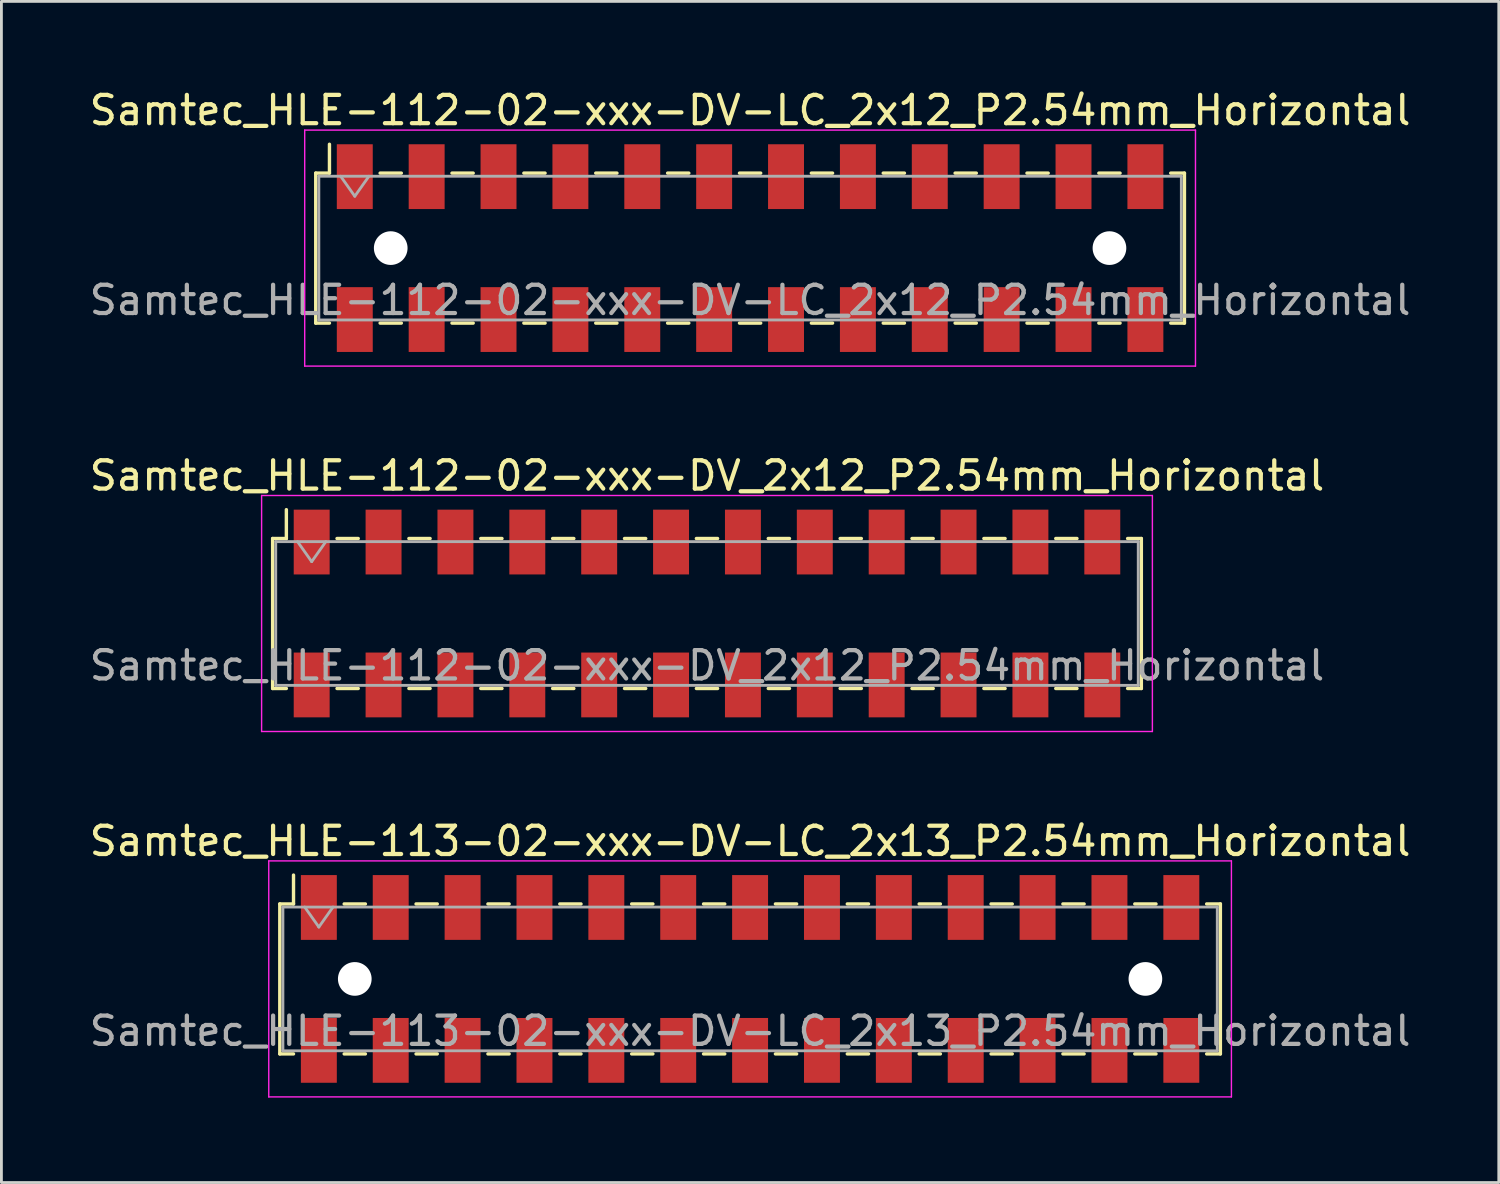
<source format=kicad_pcb>
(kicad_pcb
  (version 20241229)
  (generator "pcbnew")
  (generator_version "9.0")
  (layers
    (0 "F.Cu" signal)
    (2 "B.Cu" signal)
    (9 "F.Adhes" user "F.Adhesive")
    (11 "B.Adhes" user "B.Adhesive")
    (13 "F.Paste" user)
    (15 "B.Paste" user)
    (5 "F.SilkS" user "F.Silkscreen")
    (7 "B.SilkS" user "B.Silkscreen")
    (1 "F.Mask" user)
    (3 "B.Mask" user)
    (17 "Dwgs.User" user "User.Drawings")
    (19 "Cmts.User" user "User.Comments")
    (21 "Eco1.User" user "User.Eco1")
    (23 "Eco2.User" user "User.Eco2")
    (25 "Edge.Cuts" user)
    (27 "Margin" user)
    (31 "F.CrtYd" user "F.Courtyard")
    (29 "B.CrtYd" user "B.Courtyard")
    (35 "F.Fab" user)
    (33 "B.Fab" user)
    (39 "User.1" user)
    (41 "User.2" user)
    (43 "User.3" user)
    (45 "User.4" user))
  (footprint "Samtec_HLE-112-02-xxx-DV_2x12_P2.54mm_Horizontal"
    (layer "F.Cu")
    (at 21.935 18.631)
    (property "Reference" "Samtec_HLE-112-02-xxx-DV_2x12_P2.54mm_Horizontal" (at 0 -4.87 0) (layer "F.SilkS") (effects (font (size 1 1) (thickness 0.15))))
    (attr smd)
    (fp_line (start -15.35 -2.65) (end -15.35 2.65) (stroke (width 0.12) (type solid)) (layer "F.SilkS"))
    (fp_line (start -15.35 2.65) (end -14.865 2.65) (stroke (width 0.12) (type solid)) (layer "F.SilkS"))
    (fp_line (start -14.865 -3.67) (end -14.865 -2.65) (stroke (width 0.12) (type solid)) (layer "F.SilkS"))
    (fp_line (start -14.865 -2.65) (end -15.35 -2.65) (stroke (width 0.12) (type solid)) (layer "F.SilkS"))
    (fp_line (start -13.075 -2.65) (end -12.325 -2.65) (stroke (width 0.12) (type solid)) (layer "F.SilkS"))
    (fp_line (start -13.075 2.65) (end -12.325 2.65) (stroke (width 0.12) (type solid)) (layer "F.SilkS"))
    (fp_line (start -10.535 -2.65) (end -9.785 -2.65) (stroke (width 0.12) (type solid)) (layer "F.SilkS"))
    (fp_line (start -10.535 2.65) (end -9.785 2.65) (stroke (width 0.12) (type solid)) (layer "F.SilkS"))
    (fp_line (start -7.995 -2.65) (end -7.245 -2.65) (stroke (width 0.12) (type solid)) (layer "F.SilkS"))
    (fp_line (start -7.995 2.65) (end -7.245 2.65) (stroke (width 0.12) (type solid)) (layer "F.SilkS"))
    (fp_line (start -5.455 -2.65) (end -4.705 -2.65) (stroke (width 0.12) (type solid)) (layer "F.SilkS"))
    (fp_line (start -5.455 2.65) (end -4.705 2.65) (stroke (width 0.12) (type solid)) (layer "F.SilkS"))
    (fp_line (start -2.915 -2.65) (end -2.165 -2.65) (stroke (width 0.12) (type solid)) (layer "F.SilkS"))
    (fp_line (start -2.915 2.65) (end -2.165 2.65) (stroke (width 0.12) (type solid)) (layer "F.SilkS"))
    (fp_line (start -0.375 -2.65) (end 0.375 -2.65) (stroke (width 0.12) (type solid)) (layer "F.SilkS"))
    (fp_line (start -0.375 2.65) (end 0.375 2.65) (stroke (width 0.12) (type solid)) (layer "F.SilkS"))
    (fp_line (start 2.165 -2.65) (end 2.915 -2.65) (stroke (width 0.12) (type solid)) (layer "F.SilkS"))
    (fp_line (start 2.165 2.65) (end 2.915 2.65) (stroke (width 0.12) (type solid)) (layer "F.SilkS"))
    (fp_line (start 4.705 -2.65) (end 5.455 -2.65) (stroke (width 0.12) (type solid)) (layer "F.SilkS"))
    (fp_line (start 4.705 2.65) (end 5.455 2.65) (stroke (width 0.12) (type solid)) (layer "F.SilkS"))
    (fp_line (start 7.245 -2.65) (end 7.995 -2.65) (stroke (width 0.12) (type solid)) (layer "F.SilkS"))
    (fp_line (start 7.245 2.65) (end 7.995 2.65) (stroke (width 0.12) (type solid)) (layer "F.SilkS"))
    (fp_line (start 9.785 -2.65) (end 10.535 -2.65) (stroke (width 0.12) (type solid)) (layer "F.SilkS"))
    (fp_line (start 9.785 2.65) (end 10.535 2.65) (stroke (width 0.12) (type solid)) (layer "F.SilkS"))
    (fp_line (start 12.325 -2.65) (end 13.075 -2.65) (stroke (width 0.12) (type solid)) (layer "F.SilkS"))
    (fp_line (start 12.325 2.65) (end 13.075 2.65) (stroke (width 0.12) (type solid)) (layer "F.SilkS"))
    (fp_line (start 14.865 -2.65) (end 15.35 -2.65) (stroke (width 0.12) (type solid)) (layer "F.SilkS"))
    (fp_line (start 15.35 -2.65) (end 15.35 2.65) (stroke (width 0.12) (type solid)) (layer "F.SilkS"))
    (fp_line (start 15.35 2.65) (end 14.865 2.65) (stroke (width 0.12) (type solid)) (layer "F.SilkS"))
    (fp_line (start -15.74 -4.17) (end 15.74 -4.17) (stroke (width 0.05) (type solid)) (layer "F.CrtYd"))
    (fp_line (start -15.74 4.17) (end -15.74 -4.17) (stroke (width 0.05) (type solid)) (layer "F.CrtYd"))
    (fp_line (start 15.74 -4.17) (end 15.74 4.17) (stroke (width 0.05) (type solid)) (layer "F.CrtYd"))
    (fp_line (start 15.74 4.17) (end -15.74 4.17) (stroke (width 0.05) (type solid)) (layer "F.CrtYd"))
    (fp_line (start -15.24 -2.54) (end 15.24 -2.54) (stroke (width 0.1) (type solid)) (layer "F.Fab"))
    (fp_line (start -15.24 2.54) (end -15.24 -2.54) (stroke (width 0.1) (type solid)) (layer "F.Fab"))
    (fp_line (start -14.47 -2.54) (end -13.97 -1.833) (stroke (width 0.1) (type solid)) (layer "F.Fab"))
    (fp_line (start -13.97 -1.833) (end -13.47 -2.54) (stroke (width 0.1) (type solid)) (layer "F.Fab"))
    (fp_line (start 15.24 -2.54) (end 15.24 2.54) (stroke (width 0.1) (type solid)) (layer "F.Fab"))
    (fp_line (start 15.24 2.54) (end -15.24 2.54) (stroke (width 0.1) (type solid)) (layer "F.Fab"))
    (fp_text user "${REFERENCE}" (at 0 1.84 0) (layer "F.Fab") (effects (font (size 1 1) (thickness 0.15))))
    (pad "1" smd rect (at -13.97 -2.525) (size 1.27 2.29) (layers "F.Cu" "F.Mask" "F.Paste"))
    (pad "2" smd rect (at -13.97 2.525) (size 1.27 2.29) (layers "F.Cu" "F.Mask" "F.Paste"))
    (pad "3" smd rect (at -11.43 -2.525) (size 1.27 2.29) (layers "F.Cu" "F.Mask" "F.Paste"))
    (pad "4" smd rect (at -11.43 2.525) (size 1.27 2.29) (layers "F.Cu" "F.Mask" "F.Paste"))
    (pad "5" smd rect (at -8.89 -2.525) (size 1.27 2.29) (layers "F.Cu" "F.Mask" "F.Paste"))
    (pad "6" smd rect (at -8.89 2.525) (size 1.27 2.29) (layers "F.Cu" "F.Mask" "F.Paste"))
    (pad "7" smd rect (at -6.35 -2.525) (size 1.27 2.29) (layers "F.Cu" "F.Mask" "F.Paste"))
    (pad "8" smd rect (at -6.35 2.525) (size 1.27 2.29) (layers "F.Cu" "F.Mask" "F.Paste"))
    (pad "9" smd rect (at -3.81 -2.525) (size 1.27 2.29) (layers "F.Cu" "F.Mask" "F.Paste"))
    (pad "10" smd rect (at -3.81 2.525) (size 1.27 2.29) (layers "F.Cu" "F.Mask" "F.Paste"))
    (pad "11" smd rect (at -1.27 -2.525) (size 1.27 2.29) (layers "F.Cu" "F.Mask" "F.Paste"))
    (pad "12" smd rect (at -1.27 2.525) (size 1.27 2.29) (layers "F.Cu" "F.Mask" "F.Paste"))
    (pad "13" smd rect (at 1.27 -2.525) (size 1.27 2.29) (layers "F.Cu" "F.Mask" "F.Paste"))
    (pad "14" smd rect (at 1.27 2.525) (size 1.27 2.29) (layers "F.Cu" "F.Mask" "F.Paste"))
    (pad "15" smd rect (at 3.81 -2.525) (size 1.27 2.29) (layers "F.Cu" "F.Mask" "F.Paste"))
    (pad "16" smd rect (at 3.81 2.525) (size 1.27 2.29) (layers "F.Cu" "F.Mask" "F.Paste"))
    (pad "17" smd rect (at 6.35 -2.525) (size 1.27 2.29) (layers "F.Cu" "F.Mask" "F.Paste"))
    (pad "18" smd rect (at 6.35 2.525) (size 1.27 2.29) (layers "F.Cu" "F.Mask" "F.Paste"))
    (pad "19" smd rect (at 8.89 -2.525) (size 1.27 2.29) (layers "F.Cu" "F.Mask" "F.Paste"))
    (pad "20" smd rect (at 8.89 2.525) (size 1.27 2.29) (layers "F.Cu" "F.Mask" "F.Paste"))
    (pad "21" smd rect (at 11.43 -2.525) (size 1.27 2.29) (layers "F.Cu" "F.Mask" "F.Paste"))
    (pad "22" smd rect (at 11.43 2.525) (size 1.27 2.29) (layers "F.Cu" "F.Mask" "F.Paste"))
    (pad "23" smd rect (at 13.97 -2.525) (size 1.27 2.29) (layers "F.Cu" "F.Mask" "F.Paste"))
    (pad "24" smd rect (at 13.97 2.525) (size 1.27 2.29) (layers "F.Cu" "F.Mask" "F.Paste")))
  (footprint "Samtec_HLE-112-02-xxx-DV-LC_2x12_P2.54mm_Horizontal"
    (layer "F.Cu")
    (at 23.458 5.718)
    (property "Reference" "Samtec_HLE-112-02-xxx-DV-LC_2x12_P2.54mm_Horizontal" (at 0 -4.87 0) (layer "F.SilkS") (effects (font (size 1 1) (thickness 0.15))))
    (attr smd)
    (fp_line (start -15.35 -2.65) (end -15.35 2.65) (stroke (width 0.12) (type solid)) (layer "F.SilkS"))
    (fp_line (start -15.35 2.65) (end -14.865 2.65) (stroke (width 0.12) (type solid)) (layer "F.SilkS"))
    (fp_line (start -14.865 -3.67) (end -14.865 -2.65) (stroke (width 0.12) (type solid)) (layer "F.SilkS"))
    (fp_line (start -14.865 -2.65) (end -15.35 -2.65) (stroke (width 0.12) (type solid)) (layer "F.SilkS"))
    (fp_line (start -13.075 -2.65) (end -12.325 -2.65) (stroke (width 0.12) (type solid)) (layer "F.SilkS"))
    (fp_line (start -13.075 2.65) (end -12.325 2.65) (stroke (width 0.12) (type solid)) (layer "F.SilkS"))
    (fp_line (start -10.535 -2.65) (end -9.785 -2.65) (stroke (width 0.12) (type solid)) (layer "F.SilkS"))
    (fp_line (start -10.535 2.65) (end -9.785 2.65) (stroke (width 0.12) (type solid)) (layer "F.SilkS"))
    (fp_line (start -7.995 -2.65) (end -7.245 -2.65) (stroke (width 0.12) (type solid)) (layer "F.SilkS"))
    (fp_line (start -7.995 2.65) (end -7.245 2.65) (stroke (width 0.12) (type solid)) (layer "F.SilkS"))
    (fp_line (start -5.455 -2.65) (end -4.705 -2.65) (stroke (width 0.12) (type solid)) (layer "F.SilkS"))
    (fp_line (start -5.455 2.65) (end -4.705 2.65) (stroke (width 0.12) (type solid)) (layer "F.SilkS"))
    (fp_line (start -2.915 -2.65) (end -2.165 -2.65) (stroke (width 0.12) (type solid)) (layer "F.SilkS"))
    (fp_line (start -2.915 2.65) (end -2.165 2.65) (stroke (width 0.12) (type solid)) (layer "F.SilkS"))
    (fp_line (start -0.375 -2.65) (end 0.375 -2.65) (stroke (width 0.12) (type solid)) (layer "F.SilkS"))
    (fp_line (start -0.375 2.65) (end 0.375 2.65) (stroke (width 0.12) (type solid)) (layer "F.SilkS"))
    (fp_line (start 2.165 -2.65) (end 2.915 -2.65) (stroke (width 0.12) (type solid)) (layer "F.SilkS"))
    (fp_line (start 2.165 2.65) (end 2.915 2.65) (stroke (width 0.12) (type solid)) (layer "F.SilkS"))
    (fp_line (start 4.705 -2.65) (end 5.455 -2.65) (stroke (width 0.12) (type solid)) (layer "F.SilkS"))
    (fp_line (start 4.705 2.65) (end 5.455 2.65) (stroke (width 0.12) (type solid)) (layer "F.SilkS"))
    (fp_line (start 7.245 -2.65) (end 7.995 -2.65) (stroke (width 0.12) (type solid)) (layer "F.SilkS"))
    (fp_line (start 7.245 2.65) (end 7.995 2.65) (stroke (width 0.12) (type solid)) (layer "F.SilkS"))
    (fp_line (start 9.785 -2.65) (end 10.535 -2.65) (stroke (width 0.12) (type solid)) (layer "F.SilkS"))
    (fp_line (start 9.785 2.65) (end 10.535 2.65) (stroke (width 0.12) (type solid)) (layer "F.SilkS"))
    (fp_line (start 12.325 -2.65) (end 13.075 -2.65) (stroke (width 0.12) (type solid)) (layer "F.SilkS"))
    (fp_line (start 12.325 2.65) (end 13.075 2.65) (stroke (width 0.12) (type solid)) (layer "F.SilkS"))
    (fp_line (start 14.865 -2.65) (end 15.35 -2.65) (stroke (width 0.12) (type solid)) (layer "F.SilkS"))
    (fp_line (start 15.35 -2.65) (end 15.35 2.65) (stroke (width 0.12) (type solid)) (layer "F.SilkS"))
    (fp_line (start 15.35 2.65) (end 14.865 2.65) (stroke (width 0.12) (type solid)) (layer "F.SilkS"))
    (fp_line (start -15.74 -4.17) (end 15.74 -4.17) (stroke (width 0.05) (type solid)) (layer "F.CrtYd"))
    (fp_line (start -15.74 4.17) (end -15.74 -4.17) (stroke (width 0.05) (type solid)) (layer "F.CrtYd"))
    (fp_line (start 15.74 -4.17) (end 15.74 4.17) (stroke (width 0.05) (type solid)) (layer "F.CrtYd"))
    (fp_line (start 15.74 4.17) (end -15.74 4.17) (stroke (width 0.05) (type solid)) (layer "F.CrtYd"))
    (fp_line (start -15.24 -2.54) (end 15.24 -2.54) (stroke (width 0.1) (type solid)) (layer "F.Fab"))
    (fp_line (start -15.24 2.54) (end -15.24 -2.54) (stroke (width 0.1) (type solid)) (layer "F.Fab"))
    (fp_line (start -14.47 -2.54) (end -13.97 -1.833) (stroke (width 0.1) (type solid)) (layer "F.Fab"))
    (fp_line (start -13.97 -1.833) (end -13.47 -2.54) (stroke (width 0.1) (type solid)) (layer "F.Fab"))
    (fp_line (start 15.24 -2.54) (end 15.24 2.54) (stroke (width 0.1) (type solid)) (layer "F.Fab"))
    (fp_line (start 15.24 2.54) (end -15.24 2.54) (stroke (width 0.1) (type solid)) (layer "F.Fab"))
    (fp_text user "${REFERENCE}" (at 0 1.84 0) (layer "F.Fab") (effects (font (size 1 1) (thickness 0.15))))
    (pad "" np_thru_hole circle (at -12.7 0) (size 1.19 1.19) (drill 1.19) (layers "*.Cu" "*.Mask"))
    (pad "" np_thru_hole circle (at 12.7 0) (size 1.19 1.19) (drill 1.19) (layers "*.Cu" "*.Mask"))
    (pad "1" smd rect (at -13.97 -2.525) (size 1.27 2.29) (layers "F.Cu" "F.Mask" "F.Paste"))
    (pad "2" smd rect (at -13.97 2.525) (size 1.27 2.29) (layers "F.Cu" "F.Mask" "F.Paste"))
    (pad "3" smd rect (at -11.43 -2.525) (size 1.27 2.29) (layers "F.Cu" "F.Mask" "F.Paste"))
    (pad "4" smd rect (at -11.43 2.525) (size 1.27 2.29) (layers "F.Cu" "F.Mask" "F.Paste"))
    (pad "5" smd rect (at -8.89 -2.525) (size 1.27 2.29) (layers "F.Cu" "F.Mask" "F.Paste"))
    (pad "6" smd rect (at -8.89 2.525) (size 1.27 2.29) (layers "F.Cu" "F.Mask" "F.Paste"))
    (pad "7" smd rect (at -6.35 -2.525) (size 1.27 2.29) (layers "F.Cu" "F.Mask" "F.Paste"))
    (pad "8" smd rect (at -6.35 2.525) (size 1.27 2.29) (layers "F.Cu" "F.Mask" "F.Paste"))
    (pad "9" smd rect (at -3.81 -2.525) (size 1.27 2.29) (layers "F.Cu" "F.Mask" "F.Paste"))
    (pad "10" smd rect (at -3.81 2.525) (size 1.27 2.29) (layers "F.Cu" "F.Mask" "F.Paste"))
    (pad "11" smd rect (at -1.27 -2.525) (size 1.27 2.29) (layers "F.Cu" "F.Mask" "F.Paste"))
    (pad "12" smd rect (at -1.27 2.525) (size 1.27 2.29) (layers "F.Cu" "F.Mask" "F.Paste"))
    (pad "13" smd rect (at 1.27 -2.525) (size 1.27 2.29) (layers "F.Cu" "F.Mask" "F.Paste"))
    (pad "14" smd rect (at 1.27 2.525) (size 1.27 2.29) (layers "F.Cu" "F.Mask" "F.Paste"))
    (pad "15" smd rect (at 3.81 -2.525) (size 1.27 2.29) (layers "F.Cu" "F.Mask" "F.Paste"))
    (pad "16" smd rect (at 3.81 2.525) (size 1.27 2.29) (layers "F.Cu" "F.Mask" "F.Paste"))
    (pad "17" smd rect (at 6.35 -2.525) (size 1.27 2.29) (layers "F.Cu" "F.Mask" "F.Paste"))
    (pad "18" smd rect (at 6.35 2.525) (size 1.27 2.29) (layers "F.Cu" "F.Mask" "F.Paste"))
    (pad "19" smd rect (at 8.89 -2.525) (size 1.27 2.29) (layers "F.Cu" "F.Mask" "F.Paste"))
    (pad "20" smd rect (at 8.89 2.525) (size 1.27 2.29) (layers "F.Cu" "F.Mask" "F.Paste"))
    (pad "21" smd rect (at 11.43 -2.525) (size 1.27 2.29) (layers "F.Cu" "F.Mask" "F.Paste"))
    (pad "22" smd rect (at 11.43 2.525) (size 1.27 2.29) (layers "F.Cu" "F.Mask" "F.Paste"))
    (pad "23" smd rect (at 13.97 -2.525) (size 1.27 2.29) (layers "F.Cu" "F.Mask" "F.Paste"))
    (pad "24" smd rect (at 13.97 2.525) (size 1.27 2.29) (layers "F.Cu" "F.Mask" "F.Paste")))
  (footprint "Samtec_HLE-113-02-xxx-DV-LC_2x13_P2.54mm_Horizontal"
    (layer "F.Cu")
    (at 23.458 31.545)
    (property "Reference" "Samtec_HLE-113-02-xxx-DV-LC_2x13_P2.54mm_Horizontal" (at 0 -4.87 0) (layer "F.SilkS") (effects (font (size 1 1) (thickness 0.15))))
    (attr smd)
    (fp_line (start -16.62 -2.65) (end -16.62 2.65) (stroke (width 0.12) (type solid)) (layer "F.SilkS"))
    (fp_line (start -16.62 2.65) (end -16.135 2.65) (stroke (width 0.12) (type solid)) (layer "F.SilkS"))
    (fp_line (start -16.135 -3.67) (end -16.135 -2.65) (stroke (width 0.12) (type solid)) (layer "F.SilkS"))
    (fp_line (start -16.135 -2.65) (end -16.62 -2.65) (stroke (width 0.12) (type solid)) (layer "F.SilkS"))
    (fp_line (start -14.345 -2.65) (end -13.595 -2.65) (stroke (width 0.12) (type solid)) (layer "F.SilkS"))
    (fp_line (start -14.345 2.65) (end -13.595 2.65) (stroke (width 0.12) (type solid)) (layer "F.SilkS"))
    (fp_line (start -11.805 -2.65) (end -11.055 -2.65) (stroke (width 0.12) (type solid)) (layer "F.SilkS"))
    (fp_line (start -11.805 2.65) (end -11.055 2.65) (stroke (width 0.12) (type solid)) (layer "F.SilkS"))
    (fp_line (start -9.265 -2.65) (end -8.515 -2.65) (stroke (width 0.12) (type solid)) (layer "F.SilkS"))
    (fp_line (start -9.265 2.65) (end -8.515 2.65) (stroke (width 0.12) (type solid)) (layer "F.SilkS"))
    (fp_line (start -6.725 -2.65) (end -5.975 -2.65) (stroke (width 0.12) (type solid)) (layer "F.SilkS"))
    (fp_line (start -6.725 2.65) (end -5.975 2.65) (stroke (width 0.12) (type solid)) (layer "F.SilkS"))
    (fp_line (start -4.185 -2.65) (end -3.435 -2.65) (stroke (width 0.12) (type solid)) (layer "F.SilkS"))
    (fp_line (start -4.185 2.65) (end -3.435 2.65) (stroke (width 0.12) (type solid)) (layer "F.SilkS"))
    (fp_line (start -1.645 -2.65) (end -0.895 -2.65) (stroke (width 0.12) (type solid)) (layer "F.SilkS"))
    (fp_line (start -1.645 2.65) (end -0.895 2.65) (stroke (width 0.12) (type solid)) (layer "F.SilkS"))
    (fp_line (start 0.895 -2.65) (end 1.645 -2.65) (stroke (width 0.12) (type solid)) (layer "F.SilkS"))
    (fp_line (start 0.895 2.65) (end 1.645 2.65) (stroke (width 0.12) (type solid)) (layer "F.SilkS"))
    (fp_line (start 3.435 -2.65) (end 4.185 -2.65) (stroke (width 0.12) (type solid)) (layer "F.SilkS"))
    (fp_line (start 3.435 2.65) (end 4.185 2.65) (stroke (width 0.12) (type solid)) (layer "F.SilkS"))
    (fp_line (start 5.975 -2.65) (end 6.725 -2.65) (stroke (width 0.12) (type solid)) (layer "F.SilkS"))
    (fp_line (start 5.975 2.65) (end 6.725 2.65) (stroke (width 0.12) (type solid)) (layer "F.SilkS"))
    (fp_line (start 8.515 -2.65) (end 9.265 -2.65) (stroke (width 0.12) (type solid)) (layer "F.SilkS"))
    (fp_line (start 8.515 2.65) (end 9.265 2.65) (stroke (width 0.12) (type solid)) (layer "F.SilkS"))
    (fp_line (start 11.055 -2.65) (end 11.805 -2.65) (stroke (width 0.12) (type solid)) (layer "F.SilkS"))
    (fp_line (start 11.055 2.65) (end 11.805 2.65) (stroke (width 0.12) (type solid)) (layer "F.SilkS"))
    (fp_line (start 13.595 -2.65) (end 14.345 -2.65) (stroke (width 0.12) (type solid)) (layer "F.SilkS"))
    (fp_line (start 13.595 2.65) (end 14.345 2.65) (stroke (width 0.12) (type solid)) (layer "F.SilkS"))
    (fp_line (start 16.135 -2.65) (end 16.62 -2.65) (stroke (width 0.12) (type solid)) (layer "F.SilkS"))
    (fp_line (start 16.62 -2.65) (end 16.62 2.65) (stroke (width 0.12) (type solid)) (layer "F.SilkS"))
    (fp_line (start 16.62 2.65) (end 16.135 2.65) (stroke (width 0.12) (type solid)) (layer "F.SilkS"))
    (fp_line (start -17.01 -4.17) (end 17.01 -4.17) (stroke (width 0.05) (type solid)) (layer "F.CrtYd"))
    (fp_line (start -17.01 4.17) (end -17.01 -4.17) (stroke (width 0.05) (type solid)) (layer "F.CrtYd"))
    (fp_line (start 17.01 -4.17) (end 17.01 4.17) (stroke (width 0.05) (type solid)) (layer "F.CrtYd"))
    (fp_line (start 17.01 4.17) (end -17.01 4.17) (stroke (width 0.05) (type solid)) (layer "F.CrtYd"))
    (fp_line (start -16.51 -2.54) (end 16.51 -2.54) (stroke (width 0.1) (type solid)) (layer "F.Fab"))
    (fp_line (start -16.51 2.54) (end -16.51 -2.54) (stroke (width 0.1) (type solid)) (layer "F.Fab"))
    (fp_line (start -15.74 -2.54) (end -15.24 -1.833) (stroke (width 0.1) (type solid)) (layer "F.Fab"))
    (fp_line (start -15.24 -1.833) (end -14.74 -2.54) (stroke (width 0.1) (type solid)) (layer "F.Fab"))
    (fp_line (start 16.51 -2.54) (end 16.51 2.54) (stroke (width 0.1) (type solid)) (layer "F.Fab"))
    (fp_line (start 16.51 2.54) (end -16.51 2.54) (stroke (width 0.1) (type solid)) (layer "F.Fab"))
    (fp_text user "${REFERENCE}" (at 0 1.84 0) (layer "F.Fab") (effects (font (size 1 1) (thickness 0.15))))
    (pad "" np_thru_hole circle (at -13.97 0) (size 1.19 1.19) (drill 1.19) (layers "*.Cu" "*.Mask"))
    (pad "" np_thru_hole circle (at 13.97 0) (size 1.19 1.19) (drill 1.19) (layers "*.Cu" "*.Mask"))
    (pad "1" smd rect (at -15.24 -2.525) (size 1.27 2.29) (layers "F.Cu" "F.Mask" "F.Paste"))
    (pad "2" smd rect (at -15.24 2.525) (size 1.27 2.29) (layers "F.Cu" "F.Mask" "F.Paste"))
    (pad "3" smd rect (at -12.7 -2.525) (size 1.27 2.29) (layers "F.Cu" "F.Mask" "F.Paste"))
    (pad "4" smd rect (at -12.7 2.525) (size 1.27 2.29) (layers "F.Cu" "F.Mask" "F.Paste"))
    (pad "5" smd rect (at -10.16 -2.525) (size 1.27 2.29) (layers "F.Cu" "F.Mask" "F.Paste"))
    (pad "6" smd rect (at -10.16 2.525) (size 1.27 2.29) (layers "F.Cu" "F.Mask" "F.Paste"))
    (pad "7" smd rect (at -7.62 -2.525) (size 1.27 2.29) (layers "F.Cu" "F.Mask" "F.Paste"))
    (pad "8" smd rect (at -7.62 2.525) (size 1.27 2.29) (layers "F.Cu" "F.Mask" "F.Paste"))
    (pad "9" smd rect (at -5.08 -2.525) (size 1.27 2.29) (layers "F.Cu" "F.Mask" "F.Paste"))
    (pad "10" smd rect (at -5.08 2.525) (size 1.27 2.29) (layers "F.Cu" "F.Mask" "F.Paste"))
    (pad "11" smd rect (at -2.54 -2.525) (size 1.27 2.29) (layers "F.Cu" "F.Mask" "F.Paste"))
    (pad "12" smd rect (at -2.54 2.525) (size 1.27 2.29) (layers "F.Cu" "F.Mask" "F.Paste"))
    (pad "13" smd rect (at 0 -2.525) (size 1.27 2.29) (layers "F.Cu" "F.Mask" "F.Paste"))
    (pad "14" smd rect (at 0 2.525) (size 1.27 2.29) (layers "F.Cu" "F.Mask" "F.Paste"))
    (pad "15" smd rect (at 2.54 -2.525) (size 1.27 2.29) (layers "F.Cu" "F.Mask" "F.Paste"))
    (pad "16" smd rect (at 2.54 2.525) (size 1.27 2.29) (layers "F.Cu" "F.Mask" "F.Paste"))
    (pad "17" smd rect (at 5.08 -2.525) (size 1.27 2.29) (layers "F.Cu" "F.Mask" "F.Paste"))
    (pad "18" smd rect (at 5.08 2.525) (size 1.27 2.29) (layers "F.Cu" "F.Mask" "F.Paste"))
    (pad "19" smd rect (at 7.62 -2.525) (size 1.27 2.29) (layers "F.Cu" "F.Mask" "F.Paste"))
    (pad "20" smd rect (at 7.62 2.525) (size 1.27 2.29) (layers "F.Cu" "F.Mask" "F.Paste"))
    (pad "21" smd rect (at 10.16 -2.525) (size 1.27 2.29) (layers "F.Cu" "F.Mask" "F.Paste"))
    (pad "22" smd rect (at 10.16 2.525) (size 1.27 2.29) (layers "F.Cu" "F.Mask" "F.Paste"))
    (pad "23" smd rect (at 12.7 -2.525) (size 1.27 2.29) (layers "F.Cu" "F.Mask" "F.Paste"))
    (pad "24" smd rect (at 12.7 2.525) (size 1.27 2.29) (layers "F.Cu" "F.Mask" "F.Paste"))
    (pad "25" smd rect (at 15.24 -2.525) (size 1.27 2.29) (layers "F.Cu" "F.Mask" "F.Paste"))
    (pad "26" smd rect (at 15.24 2.525) (size 1.27 2.29) (layers "F.Cu" "F.Mask" "F.Paste")))
  (gr_rect
    (start -3 -3)
    (end 49.917 38.74)
    (stroke (width 0.1) (type default))
    (fill no)
    (layer "Edge.Cuts")))
</source>
